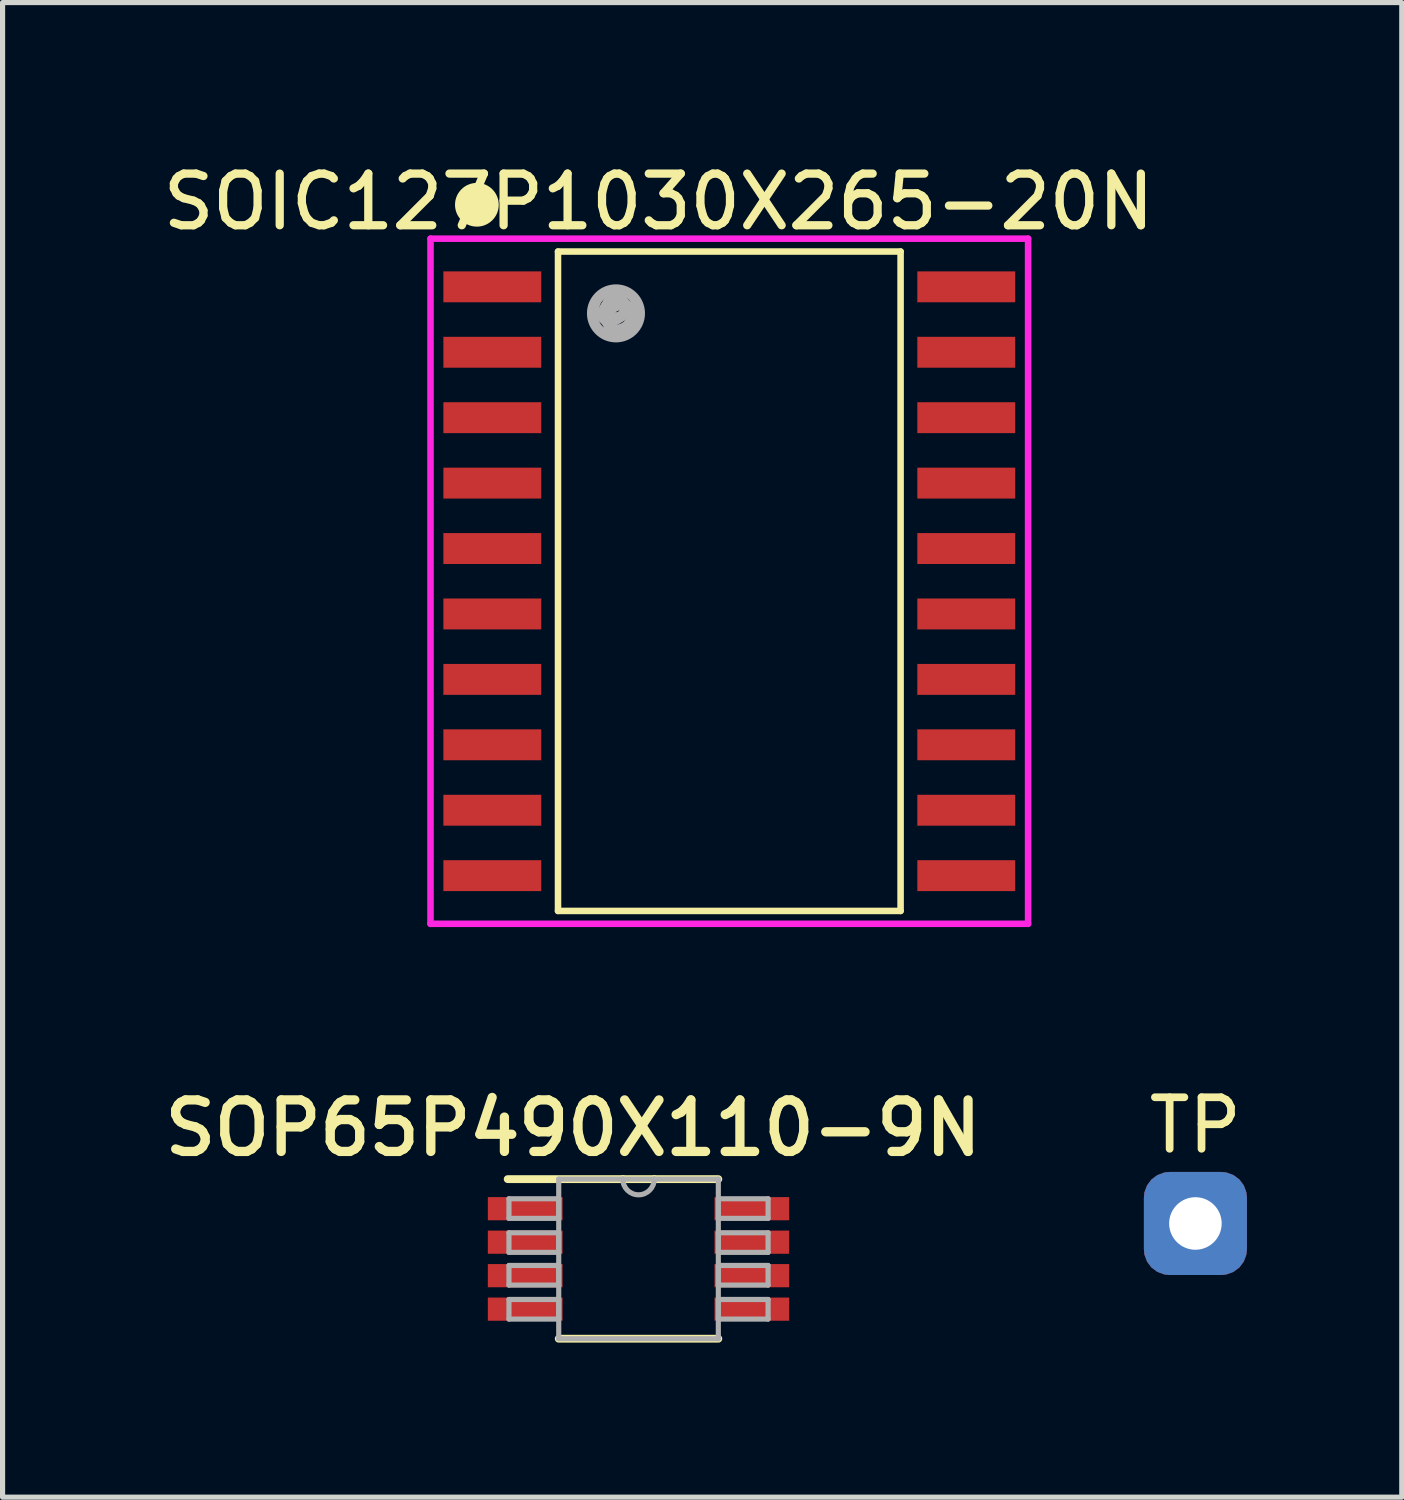
<source format=kicad_pcb>
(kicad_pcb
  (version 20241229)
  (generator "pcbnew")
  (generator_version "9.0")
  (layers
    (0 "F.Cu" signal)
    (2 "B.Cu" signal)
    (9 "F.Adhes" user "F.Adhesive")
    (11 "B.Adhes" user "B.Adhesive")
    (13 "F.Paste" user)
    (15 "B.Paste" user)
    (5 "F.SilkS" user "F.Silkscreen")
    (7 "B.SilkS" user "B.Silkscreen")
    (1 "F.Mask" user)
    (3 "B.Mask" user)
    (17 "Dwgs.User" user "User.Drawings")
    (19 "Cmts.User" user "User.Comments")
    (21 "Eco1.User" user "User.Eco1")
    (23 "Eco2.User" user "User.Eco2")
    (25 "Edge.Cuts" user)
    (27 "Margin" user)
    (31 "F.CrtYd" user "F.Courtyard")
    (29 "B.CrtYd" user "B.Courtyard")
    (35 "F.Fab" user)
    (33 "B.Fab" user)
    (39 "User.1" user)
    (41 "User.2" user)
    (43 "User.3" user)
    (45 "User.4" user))
  (footprint "SOIC127P1030X265-20N"
    (layer "F.Cu")
    (at 11.107 8.233)
    (property "Reference" "SOIC127P1030X265-20N" (at -1.372 -7.366 0) (layer "F.SilkS") (effects (font (size 1.003 1.003) (thickness 0.16))))
    (attr through_hole)
    (fp_line (start -3.325 -6.4) (end 3.325 -6.4) (stroke (width 0.127) (type solid)) (layer "F.SilkS"))
    (fp_line (start -3.325 6.4) (end -3.325 -6.4) (stroke (width 0.127) (type solid)) (layer "F.SilkS"))
    (fp_line (start 3.325 -6.4) (end 3.325 6.4) (stroke (width 0.127) (type solid)) (layer "F.SilkS"))
    (fp_line (start 3.325 6.4) (end -3.325 6.4) (stroke (width 0.127) (type solid)) (layer "F.SilkS"))
    (fp_circle (center -4.9 -7.308) (end -4.676 -7.308) (stroke (width 0.127) (type solid)) (fill no) (layer "F.SilkS"))
    (fp_circle (center -4.9 -7.308) (end -4.617 -7.308) (stroke (width 0.127) (type solid)) (fill no) (layer "F.SilkS"))
    (fp_circle (center -4.9 -7.308) (end -4.539 -7.308) (stroke (width 0.127) (type solid)) (fill no) (layer "F.SilkS"))
    (fp_circle (center -4.8 -7.308) (end -4.7 -7.308) (stroke (width 0.127) (type solid)) (fill no) (layer "F.SilkS"))
    (fp_circle (center -4.8 -7.308) (end -4.6 -7.308) (stroke (width 0.127) (type solid)) (fill no) (layer "F.SilkS"))
    (fp_circle (center -4.8 -7.208) (end -4.7 -7.208) (stroke (width 0.127) (type solid)) (fill no) (layer "F.SilkS"))
    (fp_line (start -5.8 -6.65) (end 5.8 -6.65) (stroke (width 0.127) (type solid)) (layer "F.CrtYd"))
    (fp_line (start -5.8 6.65) (end -5.8 -6.65) (stroke (width 0.127) (type solid)) (layer "F.CrtYd"))
    (fp_line (start 5.8 -6.65) (end 5.8 6.65) (stroke (width 0.127) (type solid)) (layer "F.CrtYd"))
    (fp_line (start 5.8 6.65) (end -5.8 6.65) (stroke (width 0.127) (type solid)) (layer "F.CrtYd"))
    (fp_circle (center -2.3 -5.3) (end -2.017 -5.3) (stroke (width 0.127) (type solid)) (fill no) (layer "F.Fab"))
    (fp_circle (center -2.2 -5.3) (end -2.059 -5.3) (stroke (width 0.127) (type solid)) (fill no) (layer "F.Fab"))
    (fp_circle (center -2.2 -5.3) (end -1.976 -5.3) (stroke (width 0.127) (type solid)) (fill no) (layer "F.Fab"))
    (fp_circle (center -2.2 -5.3) (end -1.976 -5.3) (stroke (width 0.127) (type solid)) (fill no) (layer "F.Fab"))
    (fp_circle (center -2.2 -5.3) (end -1.976 -5.3) (stroke (width 0.127) (type solid)) (fill no) (layer "F.Fab"))
    (fp_circle (center -2.2 -5.2) (end -1.917 -5.2) (stroke (width 0.127) (type solid)) (fill no) (layer "F.Fab"))
    (fp_circle (center -2.2 -5.2) (end -1.776 -5.2) (stroke (width 0.127) (type solid)) (fill no) (layer "F.Fab"))
    (fp_circle (center -2.2 -5.2) (end -1.7 -5.2) (stroke (width 0.127) (type solid)) (fill no) (layer "F.Fab"))
    (fp_circle (center -2.1 -5.1) (end -1.876 -5.1) (stroke (width 0.127) (type solid)) (fill no) (layer "F.Fab"))
    (fp_circle (center -2.1 -5.1) (end -1.784 -5.1) (stroke (width 0.127) (type solid)) (fill no) (layer "F.Fab"))
    (pad "1" smd rect (at -4.6 -5.715) (size 1.9 0.6) (layers "F.Cu" "F.Mask" "F.Paste"))
    (pad "2" smd rect (at -4.6 -4.445) (size 1.9 0.6) (layers "F.Cu" "F.Mask" "F.Paste"))
    (pad "3" smd rect (at -4.6 -3.175) (size 1.9 0.6) (layers "F.Cu" "F.Mask" "F.Paste"))
    (pad "4" smd rect (at -4.6 -1.905) (size 1.9 0.6) (layers "F.Cu" "F.Mask" "F.Paste"))
    (pad "5" smd rect (at -4.6 -0.635) (size 1.9 0.6) (layers "F.Cu" "F.Mask" "F.Paste"))
    (pad "6" smd rect (at -4.6 0.635) (size 1.9 0.6) (layers "F.Cu" "F.Mask" "F.Paste"))
    (pad "7" smd rect (at -4.6 1.905) (size 1.9 0.6) (layers "F.Cu" "F.Mask" "F.Paste"))
    (pad "8" smd rect (at -4.6 3.175) (size 1.9 0.6) (layers "F.Cu" "F.Mask" "F.Paste"))
    (pad "9" smd rect (at -4.6 4.445) (size 1.9 0.6) (layers "F.Cu" "F.Mask" "F.Paste"))
    (pad "10" smd rect (at -4.6 5.715) (size 1.9 0.6) (layers "F.Cu" "F.Mask" "F.Paste"))
    (pad "11" smd rect (at 4.6 5.715) (size 1.9 0.6) (layers "F.Cu" "F.Mask" "F.Paste"))
    (pad "12" smd rect (at 4.6 4.445) (size 1.9 0.6) (layers "F.Cu" "F.Mask" "F.Paste"))
    (pad "13" smd rect (at 4.6 3.175) (size 1.9 0.6) (layers "F.Cu" "F.Mask" "F.Paste"))
    (pad "14" smd rect (at 4.6 1.905) (size 1.9 0.6) (layers "F.Cu" "F.Mask" "F.Paste"))
    (pad "15" smd rect (at 4.6 0.635) (size 1.9 0.6) (layers "F.Cu" "F.Mask" "F.Paste"))
    (pad "16" smd rect (at 4.6 -0.635) (size 1.9 0.6) (layers "F.Cu" "F.Mask" "F.Paste"))
    (pad "17" smd rect (at 4.6 -1.905) (size 1.9 0.6) (layers "F.Cu" "F.Mask" "F.Paste"))
    (pad "18" smd rect (at 4.6 -3.175) (size 1.9 0.6) (layers "F.Cu" "F.Mask" "F.Paste"))
    (pad "19" smd rect (at 4.6 -4.445) (size 1.9 0.6) (layers "F.Cu" "F.Mask" "F.Paste"))
    (pad "20" smd rect (at 4.6 -5.715) (size 1.9 0.6) (layers "F.Cu" "F.Mask" "F.Paste")))
  (footprint "TP"
    (layer "F.Cu")
    (at 20.155 20.7)
    (property "Reference" "TP" (at 0 -1.905 0) (layer "F.SilkS") (effects (font (size 1 1) (thickness 0.15))))
    (attr through_hole)
    (pad "1" thru_hole roundrect (at 0 0) (size 2 2) (drill 1.02) (layers "*.Cu" "*.Mask") (roundrect_rratio 0.25)))
  (footprint "SOP65P490X110-9N"
    (layer "F.Cu")
    (at 9.345 21.388)
    (property "Reference" "SOP65P490X110-9N" (at -1.27 -2.54 0) (layer "F.SilkS") (effects (font (size 1 1) (thickness 0.18))))
    (attr through_hole)
    (fp_line (start -1.549 1.549) (end 1.549 1.549) (stroke (width 0.152) (type solid)) (layer "F.SilkS"))
    (fp_line (start -0.305 -1.549) (end -2.54 -1.549) (stroke (width 0.152) (type solid)) (layer "F.SilkS"))
    (fp_line (start 0.305 -1.549) (end -0.305 -1.549) (stroke (width 0.152) (type solid)) (layer "F.SilkS"))
    (fp_line (start 1.549 -1.549) (end 0.305 -1.549) (stroke (width 0.152) (type solid)) (layer "F.SilkS"))
    (fp_line (start -2.515 -1.168) (end -2.515 -0.787) (stroke (width 0.1) (type solid)) (layer "F.Fab"))
    (fp_line (start -2.515 -0.787) (end -1.549 -0.787) (stroke (width 0.1) (type solid)) (layer "F.Fab"))
    (fp_line (start -2.515 -0.508) (end -2.515 -0.127) (stroke (width 0.1) (type solid)) (layer "F.Fab"))
    (fp_line (start -2.515 -0.127) (end -1.549 -0.127) (stroke (width 0.1) (type solid)) (layer "F.Fab"))
    (fp_line (start -2.515 0.127) (end -2.515 0.508) (stroke (width 0.1) (type solid)) (layer "F.Fab"))
    (fp_line (start -2.515 0.508) (end -1.549 0.508) (stroke (width 0.1) (type solid)) (layer "F.Fab"))
    (fp_line (start -2.515 0.787) (end -2.515 1.168) (stroke (width 0.1) (type solid)) (layer "F.Fab"))
    (fp_line (start -2.515 1.168) (end -1.549 1.168) (stroke (width 0.1) (type solid)) (layer "F.Fab"))
    (fp_line (start -1.549 -1.549) (end -1.549 1.549) (stroke (width 0.1) (type solid)) (layer "F.Fab"))
    (fp_line (start -1.549 -1.168) (end -2.515 -1.168) (stroke (width 0.1) (type solid)) (layer "F.Fab"))
    (fp_line (start -1.549 -0.787) (end -1.549 -1.168) (stroke (width 0.1) (type solid)) (layer "F.Fab"))
    (fp_line (start -1.549 -0.508) (end -2.515 -0.508) (stroke (width 0.1) (type solid)) (layer "F.Fab"))
    (fp_line (start -1.549 -0.127) (end -1.549 -0.508) (stroke (width 0.1) (type solid)) (layer "F.Fab"))
    (fp_line (start -1.549 0.127) (end -2.515 0.127) (stroke (width 0.1) (type solid)) (layer "F.Fab"))
    (fp_line (start -1.549 0.508) (end -1.549 0.127) (stroke (width 0.1) (type solid)) (layer "F.Fab"))
    (fp_line (start -1.549 0.787) (end -2.515 0.787) (stroke (width 0.1) (type solid)) (layer "F.Fab"))
    (fp_line (start -1.549 1.168) (end -1.549 0.787) (stroke (width 0.1) (type solid)) (layer "F.Fab"))
    (fp_line (start -1.549 1.549) (end 1.549 1.549) (stroke (width 0.1) (type solid)) (layer "F.Fab"))
    (fp_line (start -0.305 -1.549) (end -1.549 -1.549) (stroke (width 0.1) (type solid)) (layer "F.Fab"))
    (fp_line (start 0.305 -1.549) (end -0.305 -1.549) (stroke (width 0.1) (type solid)) (layer "F.Fab"))
    (fp_line (start 1.549 -1.549) (end 0.305 -1.549) (stroke (width 0.1) (type solid)) (layer "F.Fab"))
    (fp_line (start 1.549 -1.168) (end 1.549 -0.787) (stroke (width 0.1) (type solid)) (layer "F.Fab"))
    (fp_line (start 1.549 -0.787) (end 2.515 -0.787) (stroke (width 0.1) (type solid)) (layer "F.Fab"))
    (fp_line (start 1.549 -0.508) (end 1.549 -0.127) (stroke (width 0.1) (type solid)) (layer "F.Fab"))
    (fp_line (start 1.549 -0.127) (end 2.515 -0.127) (stroke (width 0.1) (type solid)) (layer "F.Fab"))
    (fp_line (start 1.549 0.127) (end 1.549 0.508) (stroke (width 0.1) (type solid)) (layer "F.Fab"))
    (fp_line (start 1.549 0.508) (end 2.515 0.508) (stroke (width 0.1) (type solid)) (layer "F.Fab"))
    (fp_line (start 1.549 0.787) (end 1.549 1.168) (stroke (width 0.1) (type solid)) (layer "F.Fab"))
    (fp_line (start 1.549 1.168) (end 2.515 1.168) (stroke (width 0.1) (type solid)) (layer "F.Fab"))
    (fp_line (start 1.549 1.549) (end 1.549 -1.549) (stroke (width 0.1) (type solid)) (layer "F.Fab"))
    (fp_line (start 2.515 -1.168) (end 1.549 -1.168) (stroke (width 0.1) (type solid)) (layer "F.Fab"))
    (fp_line (start 2.515 -0.787) (end 2.515 -1.168) (stroke (width 0.1) (type solid)) (layer "F.Fab"))
    (fp_line (start 2.515 -0.508) (end 1.549 -0.508) (stroke (width 0.1) (type solid)) (layer "F.Fab"))
    (fp_line (start 2.515 -0.127) (end 2.515 -0.508) (stroke (width 0.1) (type solid)) (layer "F.Fab"))
    (fp_line (start 2.515 0.127) (end 1.549 0.127) (stroke (width 0.1) (type solid)) (layer "F.Fab"))
    (fp_line (start 2.515 0.508) (end 2.515 0.127) (stroke (width 0.1) (type solid)) (layer "F.Fab"))
    (fp_line (start 2.515 0.787) (end 1.549 0.787) (stroke (width 0.1) (type solid)) (layer "F.Fab"))
    (fp_line (start 2.515 1.168) (end 2.515 0.787) (stroke (width 0.1) (type solid)) (layer "F.Fab"))
    (fp_arc (start 0.3048 -1.5494) (mid 0 -1.2446) (end -0.3048 -1.5494) (stroke (width 0.1) (type solid)) (layer "F.Fab"))
    (pad "1" smd rect (at -2.2 -0.975) (size 1.45 0.45) (layers "F.Cu" "F.Mask" "F.Paste"))
    (pad "2" smd rect (at -2.2 -0.325) (size 1.45 0.45) (layers "F.Cu" "F.Mask" "F.Paste"))
    (pad "3" smd rect (at -2.2 0.325) (size 1.45 0.45) (layers "F.Cu" "F.Mask" "F.Paste"))
    (pad "4" smd rect (at -2.2 0.975) (size 1.45 0.45) (layers "F.Cu" "F.Mask" "F.Paste"))
    (pad "5" smd rect (at 2.2 0.975) (size 1.45 0.45) (layers "F.Cu" "F.Mask" "F.Paste"))
    (pad "6" smd rect (at 2.2 0.325) (size 1.45 0.45) (layers "F.Cu" "F.Mask" "F.Paste"))
    (pad "7" smd rect (at 2.2 -0.325) (size 1.45 0.45) (layers "F.Cu" "F.Mask" "F.Paste"))
    (pad "8" smd rect (at 2.2 -0.975) (size 1.45 0.45) (layers "F.Cu" "F.Mask" "F.Paste")))
  (gr_rect
    (start -3 -3)
    (end 24.161 26.013)
    (stroke (width 0.1) (type default))
    (fill no)
    (layer "Edge.Cuts")))
</source>
